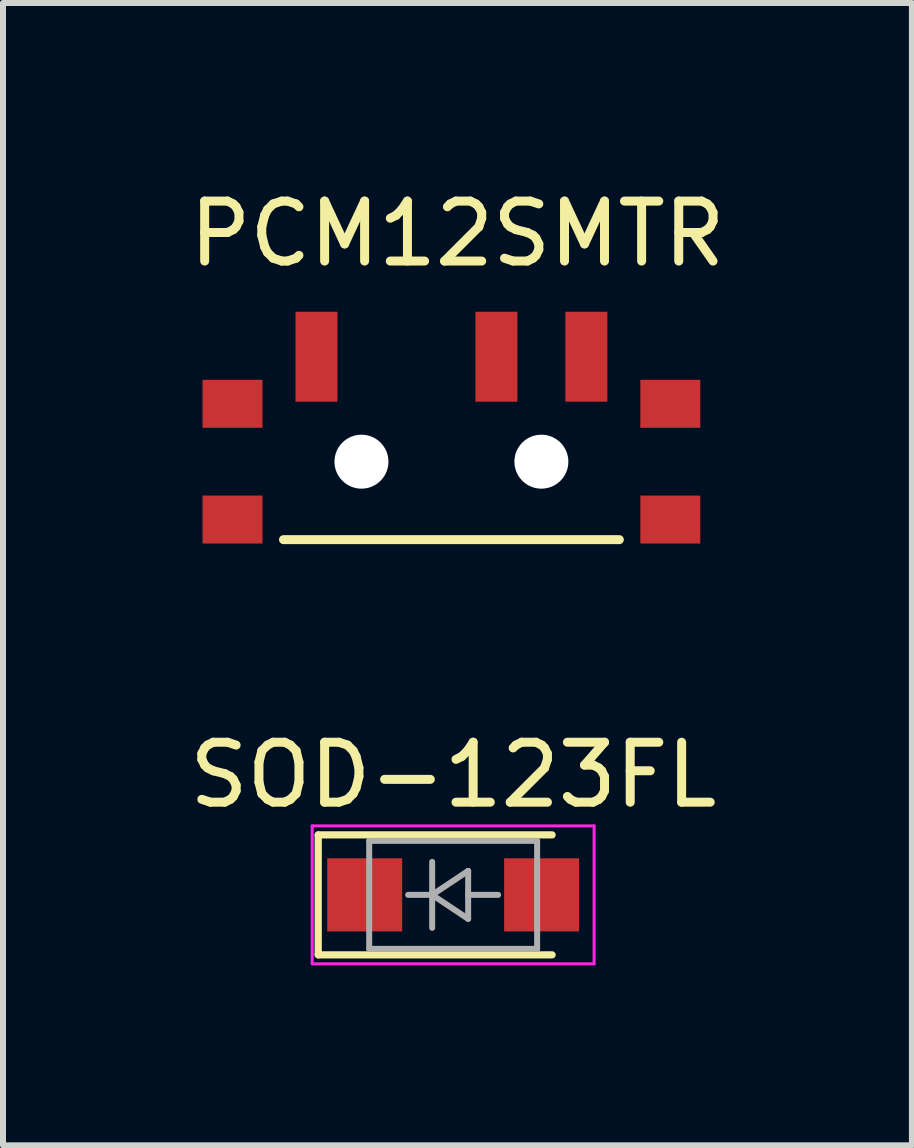
<source format=kicad_pcb>
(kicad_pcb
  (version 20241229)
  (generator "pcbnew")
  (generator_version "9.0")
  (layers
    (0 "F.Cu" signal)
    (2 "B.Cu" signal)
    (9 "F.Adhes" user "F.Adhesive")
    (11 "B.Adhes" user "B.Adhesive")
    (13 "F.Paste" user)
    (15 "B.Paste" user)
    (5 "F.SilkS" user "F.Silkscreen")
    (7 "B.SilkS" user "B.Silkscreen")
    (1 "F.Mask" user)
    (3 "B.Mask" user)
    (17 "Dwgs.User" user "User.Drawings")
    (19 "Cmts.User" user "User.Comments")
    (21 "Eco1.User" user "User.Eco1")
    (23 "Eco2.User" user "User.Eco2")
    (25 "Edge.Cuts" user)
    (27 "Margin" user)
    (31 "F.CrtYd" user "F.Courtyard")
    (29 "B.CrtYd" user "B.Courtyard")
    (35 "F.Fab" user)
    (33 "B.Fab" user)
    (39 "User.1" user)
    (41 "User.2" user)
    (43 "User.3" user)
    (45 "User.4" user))
  (footprint "PCM12SMTR"
    (layer "F.Cu")
    (at 4.477 4.648)
    (property "Reference" "PCM12SMTR" (at 0.1 -3.8 0) (layer "F.SilkS") (effects (font (size 1 1) (thickness 0.15))))
    (attr through_hole)
    (fp_line (start 2.8 1.3) (end -2.8 1.3) (stroke (width 0.15) (type solid)) (layer "F.SilkS"))
    (pad "" smd rect (at -3.65 -0.965) (size 1 0.8) (layers "F.Cu" "F.Mask" "F.Paste"))
    (pad "" smd rect (at -3.65 0.965) (size 1 0.8) (layers "F.Cu" "F.Mask" "F.Paste"))
    (pad "" np_thru_hole circle (at -1.5 0) (size 0.9 0.9) (drill 0.9) (layers "*.Cu" "*.Mask"))
    (pad "" np_thru_hole circle (at 1.5 0) (size 0.9 0.9) (drill 0.9) (layers "*.Cu" "*.Mask"))
    (pad "" smd rect (at 3.65 -0.965) (size 1 0.8) (layers "F.Cu" "F.Mask" "F.Paste"))
    (pad "" smd rect (at 3.65 0.965) (size 1 0.8) (layers "F.Cu" "F.Mask" "F.Paste"))
    (pad "1" smd rect (at -2.25 -1.75) (size 0.7 1.5) (layers "F.Cu" "F.Mask" "F.Paste"))
    (pad "2" smd rect (at 0.75 -1.75) (size 0.7 1.5) (layers "F.Cu" "F.Mask" "F.Paste"))
    (pad "3" smd rect (at 2.25 -1.75) (size 0.7 1.5) (layers "F.Cu" "F.Mask" "F.Paste")))
  (footprint "SOD-123FL"
    (layer "F.Cu")
    (at 4.506 11.871)
    (property "Reference" "SOD-123FL" (at 0 -2 0) (layer "F.SilkS") (effects (font (size 1 1) (thickness 0.15))))
    (attr smd)
    (fp_line (start -2.25 -1) (end -2.25 1) (stroke (width 0.12) (type solid)) (layer "F.SilkS"))
    (fp_line (start -2.25 -1) (end 1.65 -1) (stroke (width 0.12) (type solid)) (layer "F.SilkS"))
    (fp_line (start -2.25 1) (end 1.65 1) (stroke (width 0.12) (type solid)) (layer "F.SilkS"))
    (fp_line (start -2.35 -1.15) (end -2.35 1.15) (stroke (width 0.05) (type solid)) (layer "F.CrtYd"))
    (fp_line (start -2.35 -1.15) (end 2.35 -1.15) (stroke (width 0.05) (type solid)) (layer "F.CrtYd"))
    (fp_line (start 2.35 -1.15) (end 2.35 1.15) (stroke (width 0.05) (type solid)) (layer "F.CrtYd"))
    (fp_line (start 2.35 1.15) (end -2.35 1.15) (stroke (width 0.05) (type solid)) (layer "F.CrtYd"))
    (fp_line (start -1.4 -0.9) (end 1.4 -0.9) (stroke (width 0.1) (type solid)) (layer "F.Fab"))
    (fp_line (start -1.4 0.9) (end -1.4 -0.9) (stroke (width 0.1) (type solid)) (layer "F.Fab"))
    (fp_line (start -0.75 0) (end -0.35 0) (stroke (width 0.1) (type solid)) (layer "F.Fab"))
    (fp_line (start -0.35 0) (end -0.35 -0.55) (stroke (width 0.1) (type solid)) (layer "F.Fab"))
    (fp_line (start -0.35 0) (end -0.35 0.55) (stroke (width 0.1) (type solid)) (layer "F.Fab"))
    (fp_line (start -0.35 0) (end 0.25 -0.4) (stroke (width 0.1) (type solid)) (layer "F.Fab"))
    (fp_line (start 0.25 -0.4) (end 0.25 0.4) (stroke (width 0.1) (type solid)) (layer "F.Fab"))
    (fp_line (start 0.25 0) (end 0.75 0) (stroke (width 0.1) (type solid)) (layer "F.Fab"))
    (fp_line (start 0.25 0.4) (end -0.35 0) (stroke (width 0.1) (type solid)) (layer "F.Fab"))
    (fp_line (start 1.4 -0.9) (end 1.4 0.9) (stroke (width 0.1) (type solid)) (layer "F.Fab"))
    (fp_line (start 1.4 0.9) (end -1.4 0.9) (stroke (width 0.1) (type solid)) (layer "F.Fab"))
    (pad "1" smd rect (at -1.475 0) (size 1.25 1.22) (layers "F.Cu" "F.Mask" "F.Paste"))
    (pad "2" smd rect (at 1.475 0) (size 1.25 1.22) (layers "F.Cu" "F.Mask" "F.Paste")))
  (gr_rect
    (start -3 -3)
    (end 12.155 16.047)
    (stroke (width 0.1) (type default))
    (fill no)
    (layer "Edge.Cuts")))
</source>
